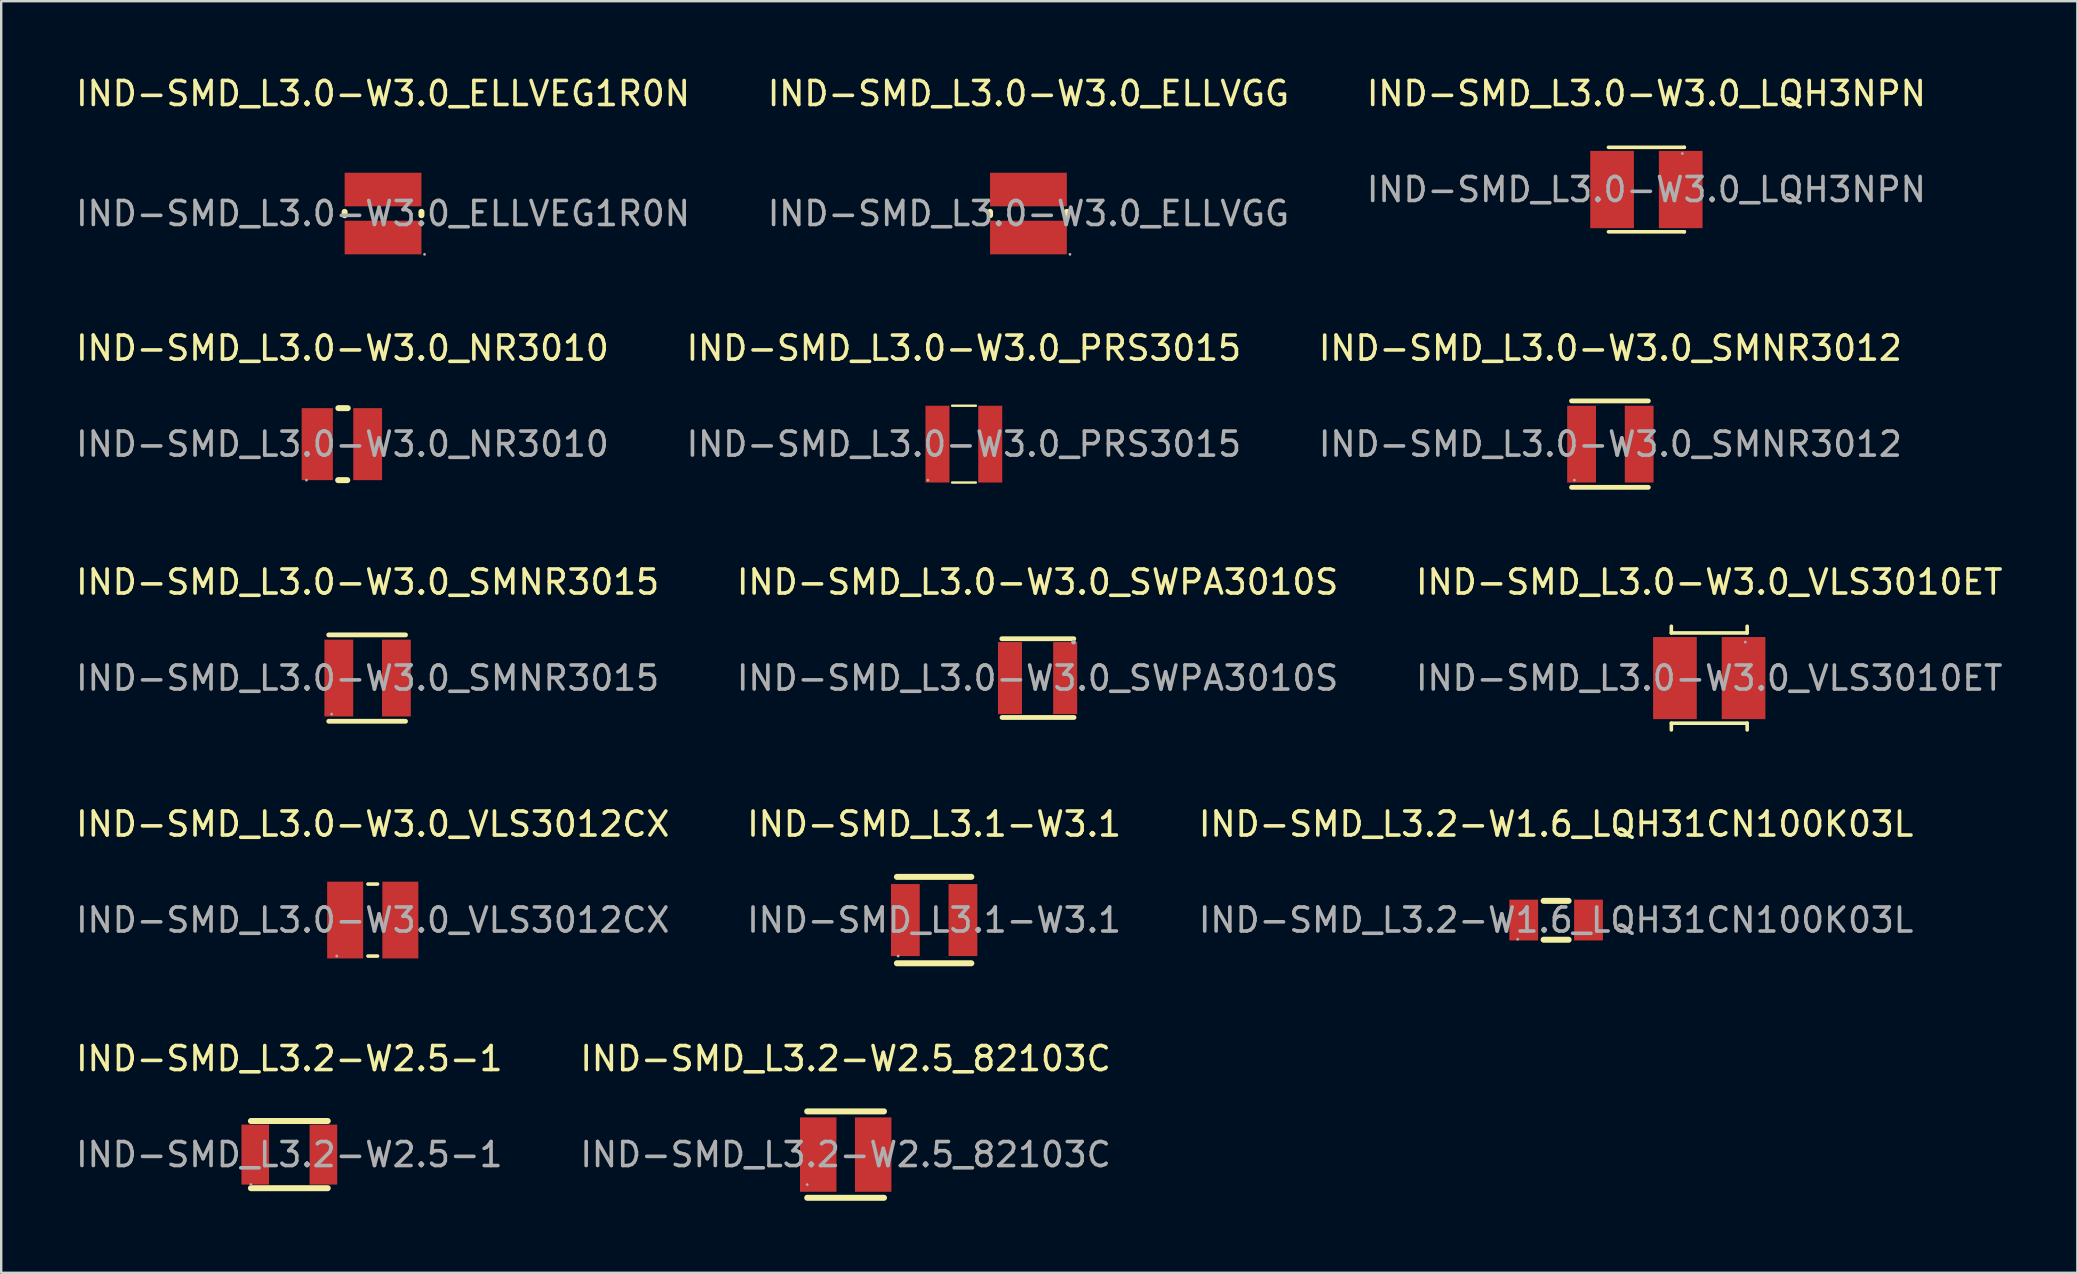
<source format=kicad_pcb>
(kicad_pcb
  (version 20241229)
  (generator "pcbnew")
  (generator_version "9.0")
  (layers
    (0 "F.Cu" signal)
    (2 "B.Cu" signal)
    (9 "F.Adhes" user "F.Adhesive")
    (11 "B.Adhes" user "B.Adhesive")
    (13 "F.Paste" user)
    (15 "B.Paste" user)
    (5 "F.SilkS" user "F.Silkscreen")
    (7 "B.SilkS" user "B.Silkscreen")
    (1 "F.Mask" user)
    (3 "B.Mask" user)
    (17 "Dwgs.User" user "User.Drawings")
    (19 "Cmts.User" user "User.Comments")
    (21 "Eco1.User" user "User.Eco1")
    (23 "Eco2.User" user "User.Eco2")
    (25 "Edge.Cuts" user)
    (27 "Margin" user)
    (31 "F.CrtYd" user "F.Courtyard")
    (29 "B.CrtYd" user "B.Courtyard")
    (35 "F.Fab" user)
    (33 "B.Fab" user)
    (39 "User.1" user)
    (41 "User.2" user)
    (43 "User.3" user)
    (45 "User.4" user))
  (footprint "IND-SMD_L3.0-W3.0_NR3010"
    (layer "F.Cu")
    (at 11.22 15.457)
    (property "Reference" "IND-SMD_L3.0-W3.0_NR3010" (at 0 -4 0) (layer "F.SilkS") (effects (font (size 1 1) (thickness 0.15))))
    (attr through_hole)
    (fp_line (start -0.18 1.5) (end 0.2 1.5) (stroke (width 0.25) (type solid)) (layer "F.SilkS"))
    (fp_line (start -0.17 -1.5) (end 0.22 -1.5) (stroke (width 0.25) (type solid)) (layer "F.SilkS"))
    (fp_circle (center -1.5 1.5) (end -1.47 1.5) (stroke (width 0.06) (type solid)) (fill no) (layer "F.Fab"))
    (fp_text user "${REFERENCE}" (at 0 0 0) (layer "F.Fab") (effects (font (size 1 1) (thickness 0.15))))
    (pad "1" smd rect (at -1.05 0) (size 1.3 3) (layers "F.Cu" "F.Mask" "F.Paste"))
    (pad "2" smd rect (at 1.05 0) (size 1.2 3) (layers "F.Cu" "F.Mask" "F.Paste")))
  (footprint "IND-SMD_L3.0-W3.0_SMNR3015"
    (layer "F.Cu")
    (at 12.268 25.205)
    (property "Reference" "IND-SMD_L3.0-W3.0_SMNR3015" (at 0 -4 0) (layer "F.SilkS") (effects (font (size 1 1) (thickness 0.15))))
    (attr through_hole)
    (fp_line (start -1.62 -1.8) (end 1.58 -1.8) (stroke (width 0.2) (type solid)) (layer "F.SilkS"))
    (fp_line (start -1.62 1.8) (end 1.58 1.8) (stroke (width 0.2) (type solid)) (layer "F.SilkS"))
    (fp_circle (center -1.5 1.5) (end -1.47 1.5) (stroke (width 0.06) (type solid)) (fill no) (layer "F.Fab"))
    (fp_text user "${REFERENCE}" (at 0 0 0) (layer "F.Fab") (effects (font (size 1 1) (thickness 0.15))))
    (pad "1" smd rect (at -1.2 0) (size 1.2 3.2) (layers "F.Cu" "F.Mask" "F.Paste"))
    (pad "2" smd rect (at 1.2 0) (size 1.2 3.2) (layers "F.Cu" "F.Mask" "F.Paste")))
  (footprint "IND-SMD_L3.0-W3.0_SMNR3012"
    (layer "F.Cu")
    (at 64.054 15.457)
    (property "Reference" "IND-SMD_L3.0-W3.0_SMNR3012" (at 0 -4 0) (layer "F.SilkS") (effects (font (size 1 1) (thickness 0.15))))
    (attr through_hole)
    (fp_line (start -1.62 -1.8) (end 1.58 -1.8) (stroke (width 0.2) (type solid)) (layer "F.SilkS"))
    (fp_line (start -1.62 1.8) (end 1.58 1.8) (stroke (width 0.2) (type solid)) (layer "F.SilkS"))
    (fp_circle (center -1.5 1.5) (end -1.47 1.5) (stroke (width 0.06) (type solid)) (fill no) (layer "F.Fab"))
    (fp_text user "${REFERENCE}" (at 0 0 0) (layer "F.Fab") (effects (font (size 1 1) (thickness 0.15))))
    (pad "1" smd rect (at -1.2 0 180) (size 1.2 3.2) (layers "F.Cu" "F.Mask" "F.Paste"))
    (pad "2" smd rect (at 1.2 0 180) (size 1.2 3.2) (layers "F.Cu" "F.Mask" "F.Paste")))
  (footprint "IND-SMD_L3.1-W3.1"
    (layer "F.Cu")
    (at 35.875 35.288)
    (property "Reference" "IND-SMD_L3.1-W3.1" (at 0 -4 0) (layer "F.SilkS") (effects (font (size 1 1) (thickness 0.15))))
    (attr through_hole)
    (fp_line (start -1.55 -1.8) (end 1.55 -1.8) (stroke (width 0.25) (type solid)) (layer "F.SilkS"))
    (fp_line (start -1.55 1.8) (end 1.55 1.8) (stroke (width 0.25) (type solid)) (layer "F.SilkS"))
    (fp_circle (center -1.5 1.5) (end -1.47 1.5) (stroke (width 0.06) (type solid)) (fill no) (layer "F.Fab"))
    (fp_text user "${REFERENCE}" (at 0 0 0) (layer "F.Fab") (effects (font (size 1 1) (thickness 0.15))))
    (pad "1" smd rect (at -1.2 0 90) (size 3 1.2) (layers "F.Cu" "F.Mask" "F.Paste"))
    (pad "2" smd rect (at 1.2 0 90) (size 3 1.2) (layers "F.Cu" "F.Mask" "F.Paste")))
  (footprint "IND-SMD_L3.0-W3.0_PRS3015"
    (layer "F.Cu")
    (at 37.113 15.457)
    (property "Reference" "IND-SMD_L3.0-W3.0_PRS3015" (at 0 -4 0) (layer "F.SilkS") (effects (font (size 1 1) (thickness 0.15))))
    (attr through_hole)
    (fp_line (start -0.49 -1.6) (end 0.5 -1.6) (stroke (width 0.1) (type solid)) (layer "F.SilkS"))
    (fp_line (start -0.49 1.6) (end 0.5 1.6) (stroke (width 0.1) (type solid)) (layer "F.SilkS"))
    (fp_circle (center -1.5 1.5) (end -1.47 1.5) (stroke (width 0.06) (type solid)) (fill no) (layer "F.Fab"))
    (fp_text user "${REFERENCE}" (at 0 0 0) (layer "F.Fab") (effects (font (size 1 1) (thickness 0.15))))
    (pad "1" smd rect (at -1.1 0) (size 1 3.2) (layers "F.Cu" "F.Mask" "F.Paste"))
    (pad "2" smd rect (at 1.1 0) (size 1 3.2) (layers "F.Cu" "F.Mask" "F.Paste")))
  (footprint "IND-SMD_L3.0-W3.0_VLS3010ET"
    (layer "F.Cu")
    (at 68.173 25.205)
    (property "Reference" "IND-SMD_L3.0-W3.0_VLS3010ET" (at 0 -4 0) (layer "F.SilkS") (effects (font (size 1 1) (thickness 0.15))))
    (attr through_hole)
    (fp_line (start -1.58 -2.16) (end -1.58 -1.88) (stroke (width 0.15) (type solid)) (layer "F.SilkS"))
    (fp_line (start -1.58 -1.88) (end 1.58 -1.88) (stroke (width 0.15) (type solid)) (layer "F.SilkS"))
    (fp_line (start -1.58 1.88) (end 1.58 1.88) (stroke (width 0.15) (type solid)) (layer "F.SilkS"))
    (fp_line (start -1.58 2.16) (end -1.58 1.88) (stroke (width 0.15) (type solid)) (layer "F.SilkS"))
    (fp_line (start 1.58 -1.88) (end 1.58 -2.16) (stroke (width 0.15) (type solid)) (layer "F.SilkS"))
    (fp_line (start 1.58 1.88) (end 1.58 2.16) (stroke (width 0.15) (type solid)) (layer "F.SilkS"))
    (fp_circle (center 1.5 -1.5) (end 1.53 -1.5) (stroke (width 0.06) (type solid)) (fill no) (layer "F.Fab"))
    (fp_text user "${REFERENCE}" (at 0 0 0) (layer "F.Fab") (effects (font (size 1 1) (thickness 0.15))))
    (pad "1" smd rect (at 1.43 0) (size 1.82 3.42) (layers "F.Cu" "F.Mask" "F.Paste"))
    (pad "2" smd rect (at -1.43 0) (size 1.82 3.42) (layers "F.Cu" "F.Mask" "F.Paste")))
  (footprint "IND-SMD_L3.0-W3.0_LQH3NPN"
    (layer "F.Cu")
    (at 65.554 4.848)
    (property "Reference" "IND-SMD_L3.0-W3.0_LQH3NPN" (at 0 -4 0) (layer "F.SilkS") (effects (font (size 1 1) (thickness 0.15))))
    (attr through_hole)
    (fp_line (start -1.58 -1.76) (end 1.58 -1.76) (stroke (width 0.15) (type solid)) (layer "F.SilkS"))
    (fp_line (start -1.58 1.76) (end 1.58 1.76) (stroke (width 0.15) (type solid)) (layer "F.SilkS"))
    (fp_line (start 1.58 -1.76) (end 1.58 -1.76) (stroke (width 0.15) (type solid)) (layer "F.SilkS"))
    (fp_line (start 1.58 1.76) (end 1.58 1.76) (stroke (width 0.15) (type solid)) (layer "F.SilkS"))
    (fp_circle (center 1.5 -1.5) (end 1.53 -1.5) (stroke (width 0.06) (type solid)) (fill no) (layer "F.Fab"))
    (fp_text user "${REFERENCE}" (at 0 0 0) (layer "F.Fab") (effects (font (size 1 1) (thickness 0.15))))
    (pad "1" smd rect (at 1.43 0) (size 1.82 3.22) (layers "F.Cu" "F.Mask" "F.Paste"))
    (pad "2" smd rect (at -1.43 0) (size 1.82 3.22) (layers "F.Cu" "F.Mask" "F.Paste")))
  (footprint "IND-SMD_L3.2-W2.5-1"
    (layer "F.Cu")
    (at 9.006 45.061)
    (property "Reference" "IND-SMD_L3.2-W2.5-1" (at 0 -4 0) (layer "F.SilkS") (effects (font (size 1 1) (thickness 0.15))))
    (attr through_hole)
    (fp_line (start -1.6 -1.4) (end 1.6 -1.4) (stroke (width 0.25) (type solid)) (layer "F.SilkS"))
    (fp_line (start -1.6 1.4) (end 1.6 1.4) (stroke (width 0.25) (type solid)) (layer "F.SilkS"))
    (fp_circle (center -1.6 1.25) (end -1.57 1.25) (stroke (width 0.06) (type solid)) (fill no) (layer "F.Fab"))
    (fp_text user "${REFERENCE}" (at 0 0 0) (layer "F.Fab") (effects (font (size 1 1) (thickness 0.15))))
    (pad "1" smd rect (at -1.42 0 90) (size 2.5 1.15) (layers "F.Cu" "F.Mask" "F.Paste"))
    (pad "2" smd rect (at 1.42 0 90) (size 2.5 1.15) (layers "F.Cu" "F.Mask" "F.Paste")))
  (footprint "IND-SMD_L3.0-W3.0_ELLVEG1R0N"
    (layer "F.Cu")
    (at 12.911 5.848)
    (property "Reference" "IND-SMD_L3.0-W3.0_ELLVEG1R0N" (at 0 -5 0) (layer "F.SilkS") (effects (font (size 1 1) (thickness 0.15))))
    (attr through_hole)
    (fp_line (start -1.6 -0.07) (end -1.6 0.07) (stroke (width 0.25) (type solid)) (layer "F.SilkS"))
    (fp_line (start 1.6 -0.07) (end 1.6 0.07) (stroke (width 0.25) (type solid)) (layer "F.SilkS"))
    (fp_circle (center 1.73 1.7) (end 1.76 1.7) (stroke (width 0.06) (type solid)) (fill no) (layer "F.Fab"))
    (fp_text user "${REFERENCE}" (at 0 0 0) (layer "F.Fab") (effects (font (size 1 1) (thickness 0.15))))
    (pad "1" smd rect (at 0 1 180) (size 3.2 1.4) (layers "F.Cu" "F.Mask" "F.Paste"))
    (pad "2" smd rect (at 0 -1 180) (size 3.2 1.4) (layers "F.Cu" "F.Mask" "F.Paste")))
  (footprint "IND-SMD_L3.0-W3.0_SWPA3010S"
    (layer "F.Cu")
    (at 40.185 25.205)
    (property "Reference" "IND-SMD_L3.0-W3.0_SWPA3010S" (at 0 -4 0) (layer "F.SilkS") (effects (font (size 1 1) (thickness 0.15))))
    (attr through_hole)
    (fp_line (start -1.49 -1.64) (end 1.51 -1.64) (stroke (width 0.2) (type solid)) (layer "F.SilkS"))
    (fp_line (start -1.48 1.64) (end 1.52 1.64) (stroke (width 0.2) (type solid)) (layer "F.SilkS"))
    (fp_circle (center 1.5 -1.5) (end 1.55 -1.5) (stroke (width 0.1) (type solid)) (fill no) (layer "F.Fab"))
    (fp_text user "${REFERENCE}" (at 0 0 0) (layer "F.Fab") (effects (font (size 1 1) (thickness 0.15))))
    (pad "1" smd rect (at 1.15 0 180) (size 1 3) (layers "F.Cu" "F.Mask" "F.Paste"))
    (pad "2" smd rect (at -1.15 0 180) (size 1 3) (layers "F.Cu" "F.Mask" "F.Paste")))
  (footprint "IND-SMD_L3.2-W2.5_82103C"
    (layer "F.Cu")
    (at 32.185 45.061)
    (property "Reference" "IND-SMD_L3.2-W2.5_82103C" (at 0 -4 0) (layer "F.SilkS") (effects (font (size 1 1) (thickness 0.15))))
    (attr through_hole)
    (fp_line (start -1.6 -1.8) (end 1.6 -1.8) (stroke (width 0.25) (type solid)) (layer "F.SilkS"))
    (fp_line (start -1.6 1.8) (end 1.6 1.8) (stroke (width 0.25) (type solid)) (layer "F.SilkS"))
    (fp_circle (center -1.6 1.25) (end -1.57 1.25) (stroke (width 0.06) (type solid)) (fill no) (layer "F.Fab"))
    (fp_text user "${REFERENCE}" (at 0 0 0) (layer "F.Fab") (effects (font (size 1 1) (thickness 0.15))))
    (pad "1" smd rect (at -1.14 0 90) (size 3.1 1.52) (layers "F.Cu" "F.Mask" "F.Paste"))
    (pad "2" smd rect (at 1.15 0 90) (size 3.1 1.52) (layers "F.Cu" "F.Mask" "F.Paste")))
  (footprint "IND-SMD_L3.0-W3.0_VLS3012CX"
    (layer "F.Cu")
    (at 12.482 35.288)
    (property "Reference" "IND-SMD_L3.0-W3.0_VLS3012CX" (at 0 -4 0) (layer "F.SilkS") (effects (font (size 1 1) (thickness 0.15))))
    (attr through_hole)
    (fp_line (start -0.2 -1.5) (end 0.2 -1.5) (stroke (width 0.15) (type solid)) (layer "F.SilkS"))
    (fp_line (start 0.2 1.5) (end -0.2 1.5) (stroke (width 0.15) (type solid)) (layer "F.SilkS"))
    (fp_circle (center -1.5 1.5) (end -1.47 1.5) (stroke (width 0.06) (type solid)) (fill no) (layer "F.Fab"))
    (fp_text user "${REFERENCE}" (at 0 0 0) (layer "F.Fab") (effects (font (size 1 1) (thickness 0.15))))
    (pad "1" smd rect (at -1.15 0) (size 1.5 3.2) (layers "F.Cu" "F.Mask" "F.Paste"))
    (pad "2" smd rect (at 1.15 0) (size 1.5 3.2) (layers "F.Cu" "F.Mask" "F.Paste")))
  (footprint "IND-SMD_L3.0-W3.0_ELLVGG"
    (layer "F.Cu")
    (at 39.804 5.848)
    (property "Reference" "IND-SMD_L3.0-W3.0_ELLVGG" (at 0 -5 0) (layer "F.SilkS") (effects (font (size 1 1) (thickness 0.15))))
    (attr through_hole)
    (fp_line (start -1.6 -0.07) (end -1.6 0.07) (stroke (width 0.25) (type solid)) (layer "F.SilkS"))
    (fp_line (start 1.6 -0.07) (end 1.6 0.07) (stroke (width 0.25) (type solid)) (layer "F.SilkS"))
    (fp_circle (center 1.73 1.7) (end 1.76 1.7) (stroke (width 0.06) (type solid)) (fill no) (layer "F.Fab"))
    (fp_text user "${REFERENCE}" (at 0 0 0) (layer "F.Fab") (effects (font (size 1 1) (thickness 0.15))))
    (pad "1" smd rect (at 0 1 180) (size 3.2 1.4) (layers "F.Cu" "F.Mask" "F.Paste"))
    (pad "2" smd rect (at 0 -1 180) (size 3.2 1.4) (layers "F.Cu" "F.Mask" "F.Paste")))
  (footprint "IND-SMD_L3.2-W1.6_LQH31CN100K03L"
    (layer "F.Cu")
    (at 61.792 35.288)
    (property "Reference" "IND-SMD_L3.2-W1.6_LQH31CN100K03L" (at 0 -4 0) (layer "F.SilkS") (effects (font (size 1 1) (thickness 0.15))))
    (attr through_hole)
    (fp_line (start -0.52 -0.8) (end 0.52 -0.8) (stroke (width 0.25) (type solid)) (layer "F.SilkS"))
    (fp_line (start -0.52 0.82) (end 0.52 0.82) (stroke (width 0.25) (type solid)) (layer "F.SilkS"))
    (fp_circle (center -1.6 0.8) (end -1.57 0.8) (stroke (width 0.06) (type solid)) (fill no) (layer "F.Fab"))
    (fp_text user "${REFERENCE}" (at 0 0 0) (layer "F.Fab") (effects (font (size 1 1) (thickness 0.15))))
    (pad "1" smd rect (at -1.35 0) (size 1.2 1.7) (layers "F.Cu" "F.Mask" "F.Paste"))
    (pad "2" smd rect (at 1.35 0) (size 1.2 1.7) (layers "F.Cu" "F.Mask" "F.Paste")))
  (gr_rect
    (start -3 -3)
    (end 83.512 49.986)
    (stroke (width 0.1) (type default))
    (fill no)
    (layer "Edge.Cuts")))
</source>
